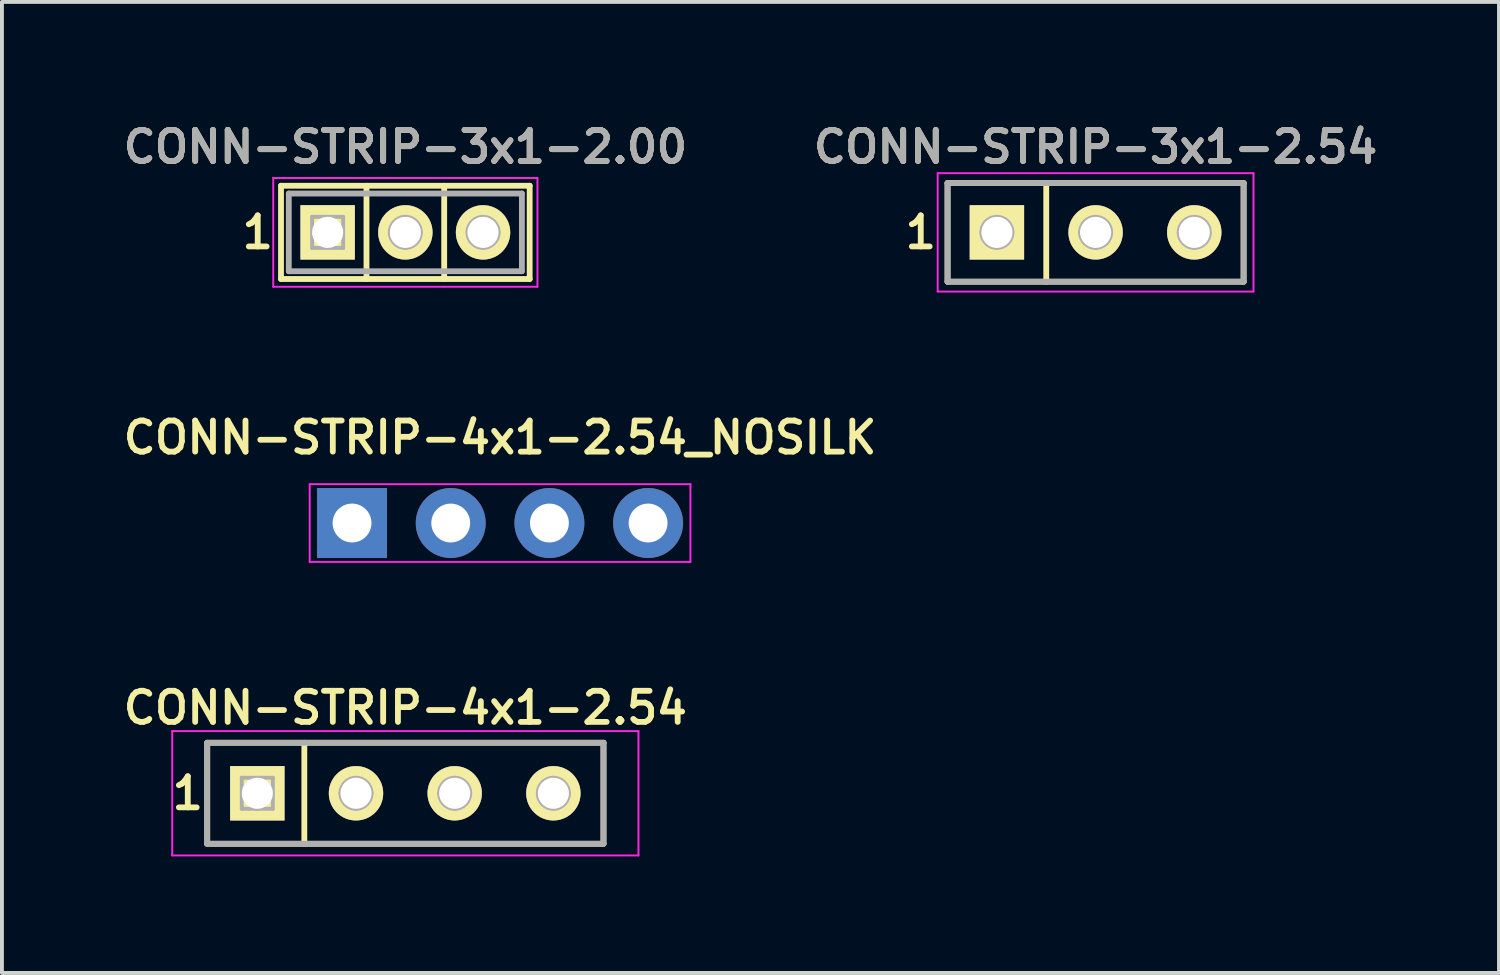
<source format=kicad_pcb>
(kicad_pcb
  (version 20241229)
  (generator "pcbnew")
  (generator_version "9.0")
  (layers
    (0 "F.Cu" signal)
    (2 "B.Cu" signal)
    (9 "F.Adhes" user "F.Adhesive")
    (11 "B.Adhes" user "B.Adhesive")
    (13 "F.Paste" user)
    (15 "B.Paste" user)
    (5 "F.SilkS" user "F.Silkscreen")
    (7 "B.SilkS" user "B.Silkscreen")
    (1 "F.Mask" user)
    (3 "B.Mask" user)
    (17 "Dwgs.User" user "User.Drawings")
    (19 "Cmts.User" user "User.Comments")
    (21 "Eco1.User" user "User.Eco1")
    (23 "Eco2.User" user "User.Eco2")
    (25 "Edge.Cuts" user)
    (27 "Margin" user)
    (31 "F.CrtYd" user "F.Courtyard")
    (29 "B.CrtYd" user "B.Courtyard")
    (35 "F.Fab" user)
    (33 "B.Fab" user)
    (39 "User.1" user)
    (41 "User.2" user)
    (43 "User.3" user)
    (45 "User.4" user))
  (footprint "CONN-STRIP-4x1-2.54_NOSILK"
    (layer "F.Cu")
    (at 9.821 10.412)
    (property "Reference" "CONN-STRIP-4x1-2.54_NOSILK" (at 0 -2.2 0) (layer "F.SilkS") (effects (font (size 0.8 0.8) (thickness 0.15))))
    (attr through_hole)
    (fp_line (start -4.9 -1) (end 4.9 -1) (stroke (width 0.05) (type solid)) (layer "F.CrtYd"))
    (fp_line (start -4.9 1) (end -4.9 -1) (stroke (width 0.05) (type solid)) (layer "F.CrtYd"))
    (fp_line (start 4.9 -1) (end 4.9 1) (stroke (width 0.05) (type solid)) (layer "F.CrtYd"))
    (fp_line (start 4.9 1) (end -4.9 1) (stroke (width 0.05) (type solid)) (layer "F.CrtYd"))
    (pad "1" thru_hole rect (at -3.81 0) (size 1.8 1.8) (drill 1) (layers "*.Cu" "*.Mask"))
    (pad "2" thru_hole circle (at -1.27 0) (size 1.8 1.8) (drill 1) (layers "*.Cu" "*.Mask"))
    (pad "3" thru_hole circle (at 1.27 0) (size 1.8 1.8) (drill 1) (layers "*.Cu" "*.Mask"))
    (pad "4" thru_hole circle (at 3.81 0) (size 1.8 1.8) (drill 1) (layers "*.Cu" "*.Mask")))
  (footprint "CONN-STRIP-3x1-2.54"
    (layer "F.Cu")
    (at 25.149 2.931)
    (property "Reference" "CONN-STRIP-3x1-2.54" (at 0 -2.2 0) (layer "F.SilkS") (effects (font (size 0.8 0.8) (thickness 0.15))))
    (attr through_hole)
    (fp_line (start -3.81 -1.27) (end 3.81 -1.27) (stroke (width 0.15) (type solid)) (layer "F.SilkS"))
    (fp_line (start -3.81 1.27) (end -3.81 -1.27) (stroke (width 0.15) (type solid)) (layer "F.SilkS"))
    (fp_line (start -1.27 -1.27) (end -1.27 1.27) (stroke (width 0.15) (type solid)) (layer "F.SilkS"))
    (fp_line (start 3.81 -1.27) (end 3.81 1.27) (stroke (width 0.15) (type solid)) (layer "F.SilkS"))
    (fp_line (start 3.81 1.27) (end -3.81 1.27) (stroke (width 0.15) (type solid)) (layer "F.SilkS"))
    (fp_line (start -4.064 -1.524) (end 4.064 -1.524) (stroke (width 0.05) (type solid)) (layer "F.CrtYd"))
    (fp_line (start -4.064 1.524) (end -4.064 -1.524) (stroke (width 0.05) (type solid)) (layer "F.CrtYd"))
    (fp_line (start 4.064 -1.524) (end 4.064 1.524) (stroke (width 0.05) (type solid)) (layer "F.CrtYd"))
    (fp_line (start 4.064 1.524) (end -4.064 1.524) (stroke (width 0.05) (type solid)) (layer "F.CrtYd"))
    (fp_line (start -3.81 -1.27) (end 3.81 -1.27) (stroke (width 0.15) (type solid)) (layer "F.Fab"))
    (fp_line (start -3.81 1.27) (end -3.81 -1.27) (stroke (width 0.15) (type solid)) (layer "F.Fab"))
    (fp_line (start -2.94 0) (end -2.14 0) (stroke (width 0.1) (type solid)) (layer "F.Fab"))
    (fp_line (start -2.54 -0.4) (end -2.54 0.4) (stroke (width 0.1) (type solid)) (layer "F.Fab"))
    (fp_line (start -0.4 0) (end 0.4 0) (stroke (width 0.1) (type solid)) (layer "F.Fab"))
    (fp_line (start 0 -0.4) (end 0 0.4) (stroke (width 0.1) (type solid)) (layer "F.Fab"))
    (fp_line (start 2.14 0) (end 2.94 0) (stroke (width 0.1) (type solid)) (layer "F.Fab"))
    (fp_line (start 2.54 -0.4) (end 2.54 0.4) (stroke (width 0.1) (type solid)) (layer "F.Fab"))
    (fp_line (start 3.81 -1.27) (end 3.81 1.27) (stroke (width 0.15) (type solid)) (layer "F.Fab"))
    (fp_line (start 3.81 1.27) (end -3.81 1.27) (stroke (width 0.15) (type solid)) (layer "F.Fab"))
    (fp_circle (center -2.54 0) (end -2.14 0) (stroke (width 0.1) (type solid)) (fill no) (layer "F.Fab"))
    (fp_circle (center 0 0) (end 0.4 0) (stroke (width 0.1) (type solid)) (fill no) (layer "F.Fab"))
    (fp_circle (center 2.54 0) (end 2.94 0) (stroke (width 0.1) (type solid)) (fill no) (layer "F.Fab"))
    (fp_text user "1" (at -4.5 0 0) (layer "F.SilkS") (effects (font (size 0.8 0.8) (thickness 0.15))))
    (fp_text user "${REFERENCE}" (at 0 -2.2 0) (layer "F.Fab") (effects (font (size 0.8 0.8) (thickness 0.15))))
    (pad "1" thru_hole rect (at -2.54 0) (size 1.4 1.4) (drill 0.8) (layers "*.Cu" "*.Mask" "F.SilkS"))
    (pad "2" thru_hole circle (at 0 0) (size 1.4 1.4) (drill 0.8) (layers "*.Cu" "*.Mask" "F.SilkS"))
    (pad "3" thru_hole circle (at 2.54 0) (size 1.4 1.4) (drill 0.8) (layers "*.Cu" "*.Mask" "F.SilkS")))
  (footprint "CONN-STRIP-3x1-2.00"
    (layer "F.Cu")
    (at 7.383 2.931)
    (property "Reference" "CONN-STRIP-3x1-2.00" (at 0 -2.2 0) (layer "F.SilkS") (effects (font (size 0.8 0.8) (thickness 0.15))))
    (attr through_hole)
    (fp_line (start -3.2 -1.2) (end 3.2 -1.2) (stroke (width 0.15) (type solid)) (layer "F.SilkS"))
    (fp_line (start -3.2 1.2) (end -3.2 -1.2) (stroke (width 0.15) (type solid)) (layer "F.SilkS"))
    (fp_line (start -1 -1.2) (end -1 1.2) (stroke (width 0.15) (type solid)) (layer "F.SilkS"))
    (fp_line (start 1 -1.2) (end 1 1.2) (stroke (width 0.15) (type solid)) (layer "F.SilkS"))
    (fp_line (start 3.2 -1.2) (end 3.2 1.2) (stroke (width 0.15) (type solid)) (layer "F.SilkS"))
    (fp_line (start 3.2 1.2) (end -3.2 1.2) (stroke (width 0.15) (type solid)) (layer "F.SilkS"))
    (fp_line (start -3.4 -1.4) (end 3.4 -1.4) (stroke (width 0.05) (type solid)) (layer "F.CrtYd"))
    (fp_line (start -3.4 1.4) (end -3.4 -1.4) (stroke (width 0.05) (type solid)) (layer "F.CrtYd"))
    (fp_line (start 3.4 -1.4) (end 3.4 1.4) (stroke (width 0.05) (type solid)) (layer "F.CrtYd"))
    (fp_line (start 3.4 1.4) (end -3.4 1.4) (stroke (width 0.05) (type solid)) (layer "F.CrtYd"))
    (fp_line (start -3 -1) (end 3 -1) (stroke (width 0.15) (type solid)) (layer "F.Fab"))
    (fp_line (start -3 1) (end -3 -1) (stroke (width 0.15) (type solid)) (layer "F.Fab"))
    (fp_line (start -2.4 -0.4) (end -1.6 -0.4) (stroke (width 0.1) (type solid)) (layer "F.Fab"))
    (fp_line (start -2.4 0) (end -1.6 0) (stroke (width 0.1) (type solid)) (layer "F.Fab"))
    (fp_line (start -2.4 0.4) (end -2.4 -0.4) (stroke (width 0.1) (type solid)) (layer "F.Fab"))
    (fp_line (start -2 -0.4) (end -2 0.4) (stroke (width 0.1) (type solid)) (layer "F.Fab"))
    (fp_line (start -1.6 -0.4) (end -1.6 0.4) (stroke (width 0.1) (type solid)) (layer "F.Fab"))
    (fp_line (start -1.6 0.4) (end -2.4 0.4) (stroke (width 0.1) (type solid)) (layer "F.Fab"))
    (fp_line (start -0.4 0) (end 0.4 0) (stroke (width 0.1) (type solid)) (layer "F.Fab"))
    (fp_line (start 0 -0.4) (end 0 0.4) (stroke (width 0.1) (type solid)) (layer "F.Fab"))
    (fp_line (start 1.6 0) (end 2.4 0) (stroke (width 0.1) (type solid)) (layer "F.Fab"))
    (fp_line (start 2 -0.4) (end 2 0.4) (stroke (width 0.1) (type solid)) (layer "F.Fab"))
    (fp_line (start 3 -1) (end 3 1) (stroke (width 0.15) (type solid)) (layer "F.Fab"))
    (fp_line (start 3 1) (end -3 1) (stroke (width 0.15) (type solid)) (layer "F.Fab"))
    (fp_circle (center 0 0) (end 0.4 0) (stroke (width 0.1) (type solid)) (fill no) (layer "F.Fab"))
    (fp_circle (center 2 0) (end 2.4 0) (stroke (width 0.1) (type solid)) (fill no) (layer "F.Fab"))
    (fp_text user "1" (at -3.8 0 0) (layer "F.SilkS") (effects (font (size 0.8 0.8) (thickness 0.15))))
    (fp_text user "${REFERENCE}" (at 0 -2.2 0) (layer "F.Fab") (effects (font (size 0.8 0.8) (thickness 0.15))))
    (pad "1" thru_hole rect (at -2 0) (size 1.4 1.4) (drill 0.8) (layers "*.Cu" "*.Mask" "F.SilkS"))
    (pad "2" thru_hole circle (at 0 0) (size 1.4 1.4) (drill 0.8) (layers "*.Cu" "*.Mask" "F.SilkS"))
    (pad "3" thru_hole circle (at 2 0) (size 1.4 1.4) (drill 0.8) (layers "*.Cu" "*.Mask" "F.SilkS")))
  (footprint "CONN-STRIP-4x1-2.54"
    (layer "F.Cu")
    (at 7.383 17.368)
    (property "Reference" "CONN-STRIP-4x1-2.54" (at 0 -2.2 0) (layer "F.SilkS") (effects (font (size 0.8 0.8) (thickness 0.15))))
    (attr through_hole)
    (fp_line (start -5.1 -1.3) (end 5.1 -1.3) (stroke (width 0.15) (type solid)) (layer "F.SilkS"))
    (fp_line (start -5.1 1.3) (end -5.1 -1.3) (stroke (width 0.15) (type solid)) (layer "F.SilkS"))
    (fp_line (start -2.6 -1.3) (end -2.6 1.3) (stroke (width 0.15) (type solid)) (layer "F.SilkS"))
    (fp_line (start 5.1 -1.3) (end 5.1 1.3) (stroke (width 0.15) (type solid)) (layer "F.SilkS"))
    (fp_line (start 5.1 1.3) (end -5.1 1.3) (stroke (width 0.15) (type solid)) (layer "F.SilkS"))
    (fp_line (start -6 -1.6) (end 6 -1.6) (stroke (width 0.05) (type solid)) (layer "F.CrtYd"))
    (fp_line (start -6 1.6) (end -6 -1.6) (stroke (width 0.05) (type solid)) (layer "F.CrtYd"))
    (fp_line (start 6 -1.6) (end 6 1.6) (stroke (width 0.05) (type solid)) (layer "F.CrtYd"))
    (fp_line (start 6 1.6) (end -6 1.6) (stroke (width 0.05) (type solid)) (layer "F.CrtYd"))
    (fp_line (start -5.1 -1.3) (end 5.1 -1.3) (stroke (width 0.15) (type solid)) (layer "F.Fab"))
    (fp_line (start -5.1 1.3) (end -5.1 -1.3) (stroke (width 0.15) (type solid)) (layer "F.Fab"))
    (fp_line (start -4.21 -0.4) (end -3.41 -0.4) (stroke (width 0.1) (type solid)) (layer "F.Fab"))
    (fp_line (start -4.21 0) (end -3.41 0) (stroke (width 0.1) (type solid)) (layer "F.Fab"))
    (fp_line (start -4.21 0.4) (end -4.21 -0.4) (stroke (width 0.1) (type solid)) (layer "F.Fab"))
    (fp_line (start -3.81 -0.4) (end -3.81 0.4) (stroke (width 0.1) (type solid)) (layer "F.Fab"))
    (fp_line (start -3.41 -0.4) (end -3.41 0.4) (stroke (width 0.1) (type solid)) (layer "F.Fab"))
    (fp_line (start -3.41 0.4) (end -4.21 0.4) (stroke (width 0.1) (type solid)) (layer "F.Fab"))
    (fp_line (start -1.67 0) (end -0.87 0) (stroke (width 0.1) (type solid)) (layer "F.Fab"))
    (fp_line (start -1.27 -0.4) (end -1.27 0.4) (stroke (width 0.1) (type solid)) (layer "F.Fab"))
    (fp_line (start 0.87 0) (end 1.67 0) (stroke (width 0.1) (type solid)) (layer "F.Fab"))
    (fp_line (start 1.27 -0.4) (end 1.27 0.4) (stroke (width 0.1) (type solid)) (layer "F.Fab"))
    (fp_line (start 3.41 0) (end 4.21 0) (stroke (width 0.1) (type solid)) (layer "F.Fab"))
    (fp_line (start 3.81 -0.4) (end 3.81 0.4) (stroke (width 0.1) (type solid)) (layer "F.Fab"))
    (fp_line (start 5.1 -1.3) (end 5.1 1.3) (stroke (width 0.15) (type solid)) (layer "F.Fab"))
    (fp_line (start 5.1 1.3) (end -5.1 1.3) (stroke (width 0.15) (type solid)) (layer "F.Fab"))
    (fp_circle (center -1.27 0) (end -0.87 0) (stroke (width 0.1) (type solid)) (fill no) (layer "F.Fab"))
    (fp_circle (center 1.27 0) (end 1.67 0) (stroke (width 0.1) (type solid)) (fill no) (layer "F.Fab"))
    (fp_circle (center 3.81 0) (end 4.21 0) (stroke (width 0.1) (type solid)) (fill no) (layer "F.Fab"))
    (fp_text user "1" (at -5.6 0 0) (layer "F.SilkS") (effects (font (size 0.8 0.8) (thickness 0.15))))
    (pad "1" thru_hole rect (at -3.81 0) (size 1.4 1.4) (drill 0.8) (layers "*.Cu" "*.Mask" "F.SilkS"))
    (pad "2" thru_hole circle (at -1.27 0) (size 1.4 1.4) (drill 0.8) (layers "*.Cu" "*.Mask" "F.SilkS"))
    (pad "3" thru_hole circle (at 1.27 0) (size 1.4 1.4) (drill 0.8) (layers "*.Cu" "*.Mask" "F.SilkS"))
    (pad "4" thru_hole circle (at 3.81 0) (size 1.4 1.4) (drill 0.8) (layers "*.Cu" "*.Mask" "F.SilkS")))
  (gr_rect
    (start -3 -3)
    (end 35.532 21.993)
    (stroke (width 0.1) (type default))
    (fill no)
    (layer "Edge.Cuts")))
</source>
